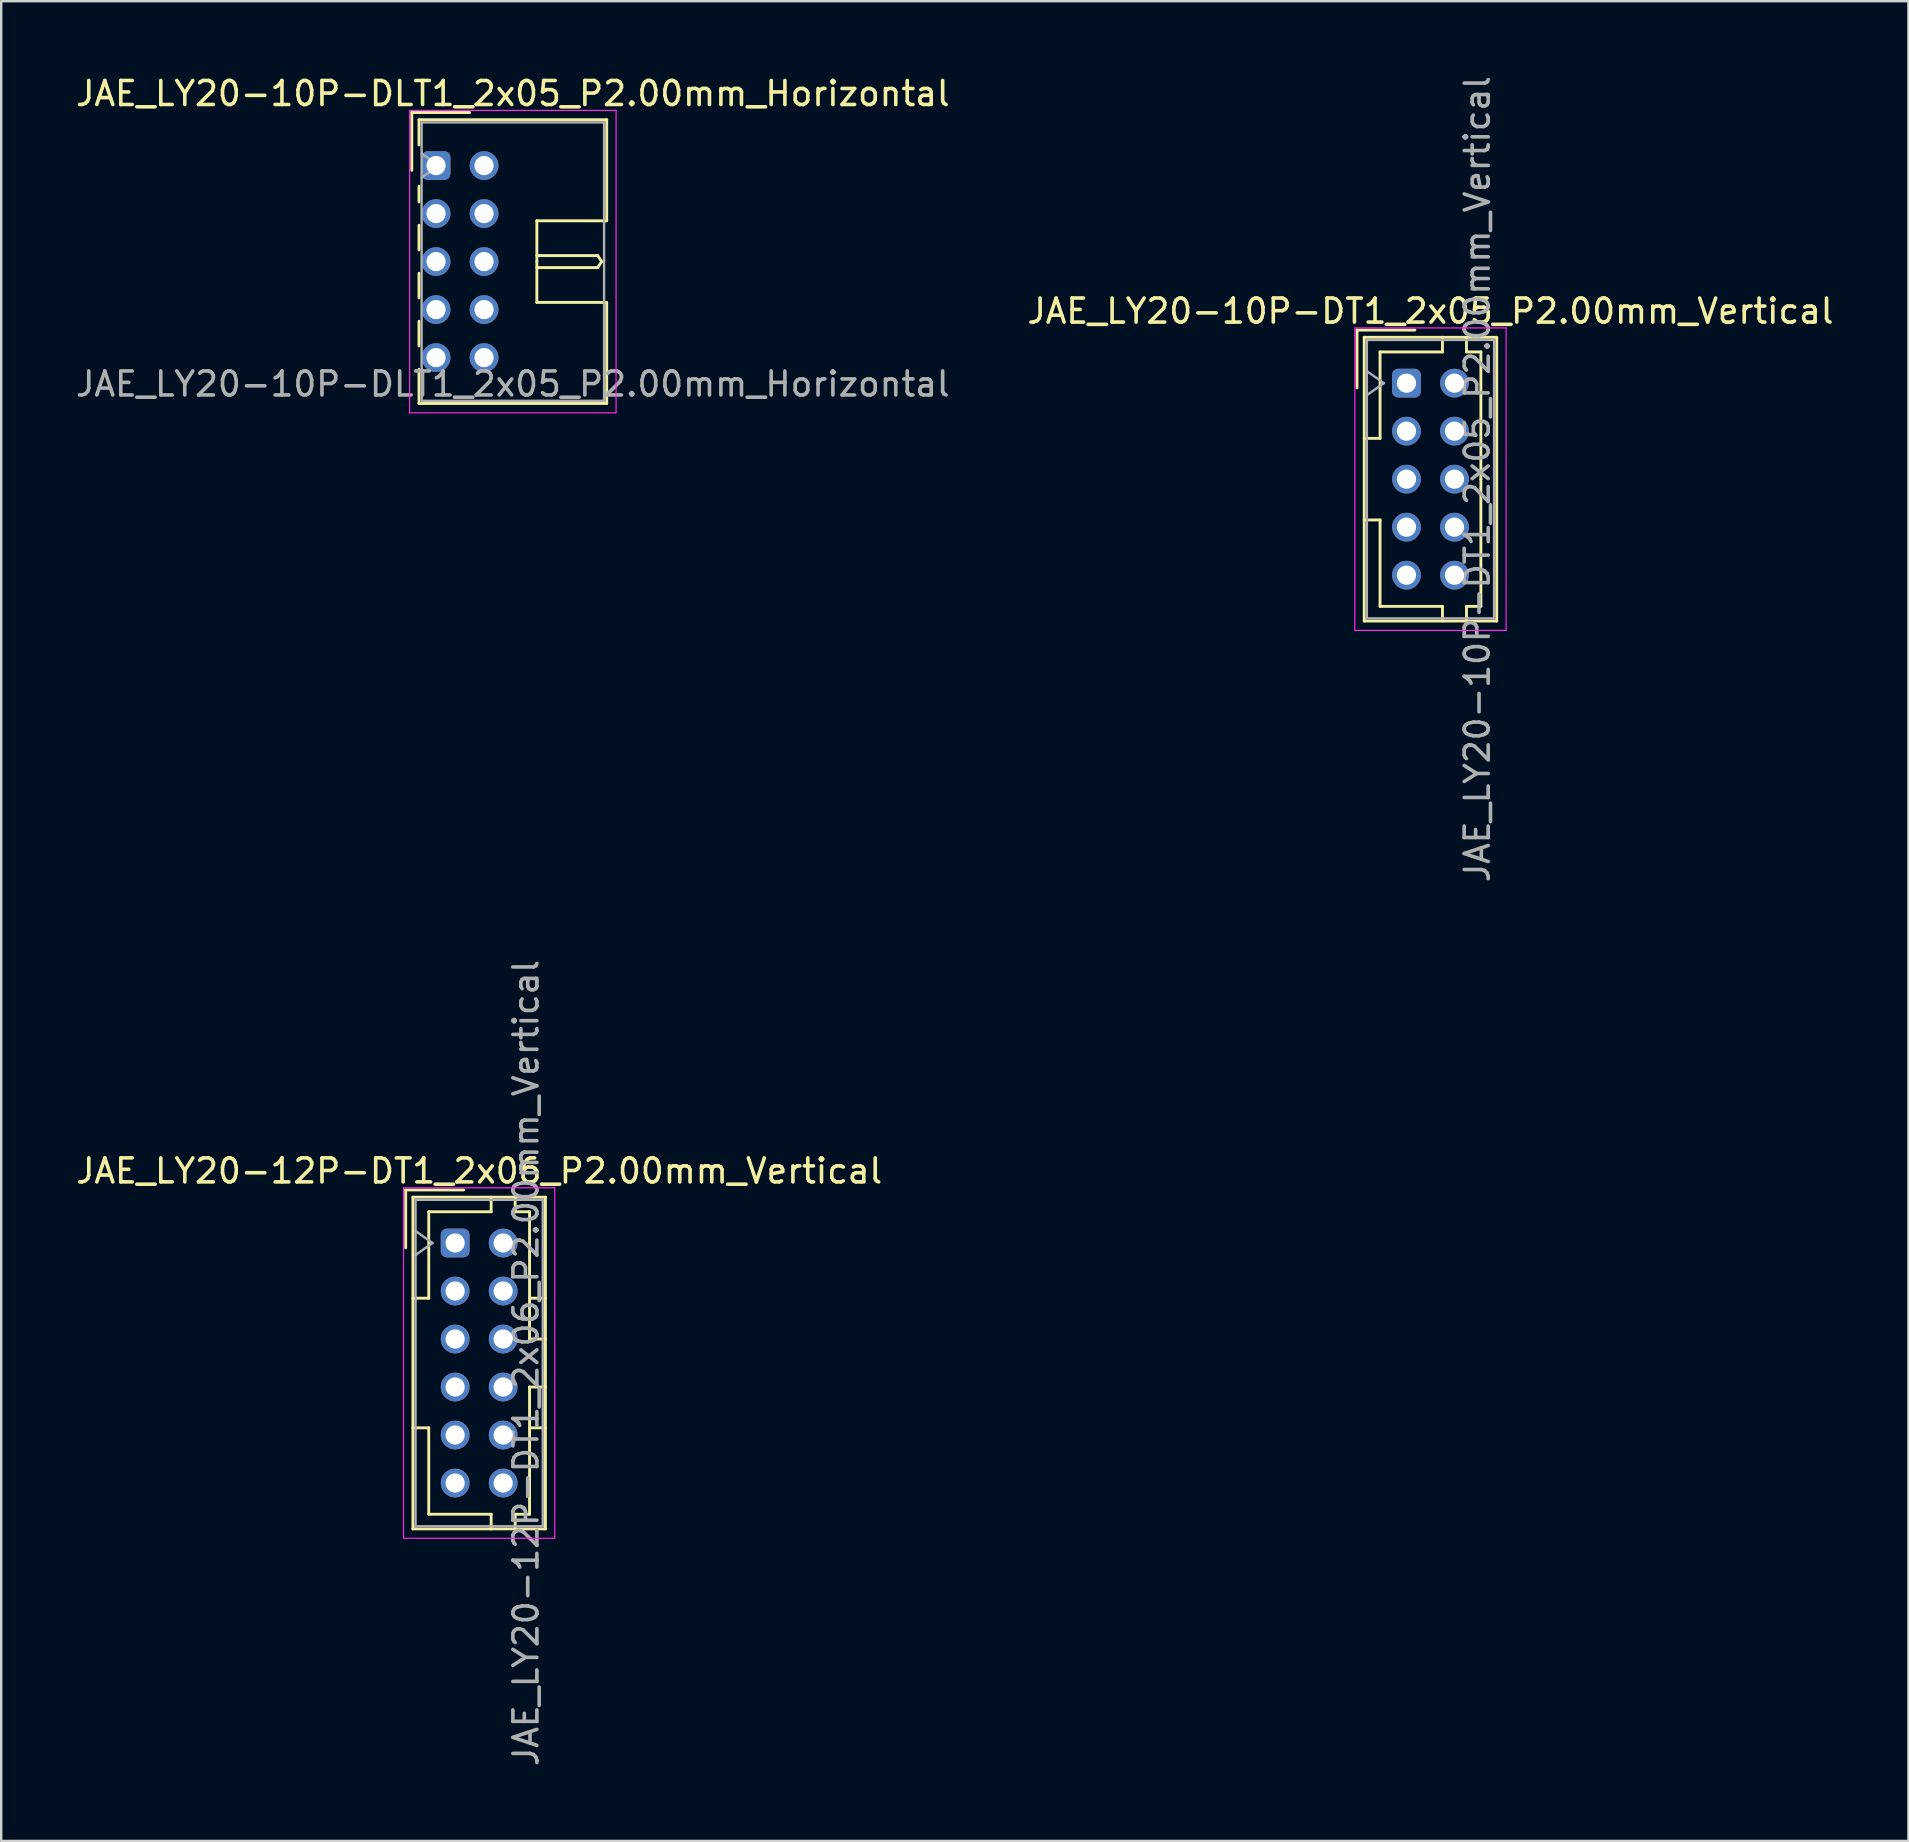
<source format=kicad_pcb>
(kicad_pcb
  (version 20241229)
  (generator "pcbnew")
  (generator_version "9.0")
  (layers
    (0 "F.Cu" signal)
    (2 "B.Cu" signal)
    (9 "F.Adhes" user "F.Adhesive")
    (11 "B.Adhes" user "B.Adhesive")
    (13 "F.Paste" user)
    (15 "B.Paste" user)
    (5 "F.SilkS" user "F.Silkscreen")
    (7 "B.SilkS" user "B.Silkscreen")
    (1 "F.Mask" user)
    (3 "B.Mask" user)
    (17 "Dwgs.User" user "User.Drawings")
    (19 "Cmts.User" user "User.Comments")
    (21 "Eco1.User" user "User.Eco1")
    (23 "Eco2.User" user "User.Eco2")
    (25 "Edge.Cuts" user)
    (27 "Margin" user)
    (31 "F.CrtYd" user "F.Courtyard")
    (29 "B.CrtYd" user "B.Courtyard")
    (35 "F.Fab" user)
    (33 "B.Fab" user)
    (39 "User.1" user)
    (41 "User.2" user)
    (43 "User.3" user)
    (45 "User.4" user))
  (footprint "JAE_LY20-10P-DLT1_2x05_P2.00mm_Horizontal"
    (layer "F.Cu")
    (at 15.115 3.848)
    (property "Reference" "JAE_LY20-10P-DLT1_2x05_P2.00mm_Horizontal" (at 3.2 -3 0) (layer "F.SilkS") (effects (font (size 1 1) (thickness 0.15))))
    (attr through_hole)
    (fp_line (start -1.01 -2.21) (end -1.01 0.2) (stroke (width 0.12) (type solid)) (layer "F.SilkS"))
    (fp_line (start -0.71 -1.91) (end -0.71 -0.86) (stroke (width 0.12) (type solid)) (layer "F.SilkS"))
    (fp_line (start -0.71 -1.91) (end 7.11 -1.91) (stroke (width 0.12) (type solid)) (layer "F.SilkS"))
    (fp_line (start -0.71 0.86) (end -0.71 1.515) (stroke (width 0.12) (type solid)) (layer "F.SilkS"))
    (fp_line (start -0.71 2.485) (end -0.71 3.515) (stroke (width 0.12) (type solid)) (layer "F.SilkS"))
    (fp_line (start -0.71 4.485) (end -0.71 5.515) (stroke (width 0.12) (type solid)) (layer "F.SilkS"))
    (fp_line (start -0.71 6.485) (end -0.71 7.515) (stroke (width 0.12) (type solid)) (layer "F.SilkS"))
    (fp_line (start -0.71 8.485) (end -0.71 9.91) (stroke (width 0.12) (type solid)) (layer "F.SilkS"))
    (fp_line (start -0.71 9.91) (end 7.11 9.91) (stroke (width 0.12) (type solid)) (layer "F.SilkS"))
    (fp_line (start 1.4 -2.21) (end -1.01 -2.21) (stroke (width 0.12) (type solid)) (layer "F.SilkS"))
    (fp_line (start 4.2 2.3) (end 4.2 4) (stroke (width 0.12) (type solid)) (layer "F.SilkS"))
    (fp_line (start 4.2 3.75) (end 6.733 3.75) (stroke (width 0.12) (type solid)) (layer "F.SilkS"))
    (fp_line (start 4.2 5.7) (end 4.2 4) (stroke (width 0.12) (type solid)) (layer "F.SilkS"))
    (fp_line (start 6.733 3.75) (end 6.9 4) (stroke (width 0.12) (type solid)) (layer "F.SilkS"))
    (fp_line (start 6.733 4.25) (end 4.2 4.25) (stroke (width 0.12) (type solid)) (layer "F.SilkS"))
    (fp_line (start 6.9 4) (end 6.733 4.25) (stroke (width 0.12) (type solid)) (layer "F.SilkS"))
    (fp_line (start 7.11 -1.91) (end 7.11 2.3) (stroke (width 0.12) (type solid)) (layer "F.SilkS"))
    (fp_line (start 7.11 2.3) (end 4.2 2.3) (stroke (width 0.12) (type solid)) (layer "F.SilkS"))
    (fp_line (start 7.11 5.7) (end 4.2 5.7) (stroke (width 0.12) (type solid)) (layer "F.SilkS"))
    (fp_line (start 7.11 9.91) (end 7.11 5.7) (stroke (width 0.12) (type solid)) (layer "F.SilkS"))
    (fp_line (start -1.1 -2.3) (end -1.1 10.3) (stroke (width 0.05) (type solid)) (layer "F.CrtYd"))
    (fp_line (start -1.1 10.3) (end 7.5 10.3) (stroke (width 0.05) (type solid)) (layer "F.CrtYd"))
    (fp_line (start 7.5 -2.3) (end -1.1 -2.3) (stroke (width 0.05) (type solid)) (layer "F.CrtYd"))
    (fp_line (start 7.5 10.3) (end 7.5 -2.3) (stroke (width 0.05) (type solid)) (layer "F.CrtYd"))
    (fp_line (start -0.6 -1.8) (end -0.6 9.8) (stroke (width 0.1) (type solid)) (layer "F.Fab"))
    (fp_line (start -0.6 0.5) (end 0.107 0) (stroke (width 0.1) (type solid)) (layer "F.Fab"))
    (fp_line (start -0.6 9.8) (end 7 9.8) (stroke (width 0.1) (type solid)) (layer "F.Fab"))
    (fp_line (start 0.107 0) (end -0.6 -0.5) (stroke (width 0.1) (type solid)) (layer "F.Fab"))
    (fp_line (start 7 -1.8) (end -0.6 -1.8) (stroke (width 0.1) (type solid)) (layer "F.Fab"))
    (fp_line (start 7 9.8) (end 7 -1.8) (stroke (width 0.1) (type solid)) (layer "F.Fab"))
    (fp_text user "${REFERENCE}" (at 3.2 9.1 0) (layer "F.Fab") (effects (font (size 1 1) (thickness 0.15))))
    (pad "a1" thru_hole roundrect (at 0 0) (size 1.2 1.2) (drill 0.8) (layers "*.Cu" "*.Mask") (roundrect_rratio 0.208))
    (pad "a2" thru_hole circle (at 0 2) (size 1.2 1.2) (drill 0.8) (layers "*.Cu" "*.Mask"))
    (pad "a3" thru_hole circle (at 0 4) (size 1.2 1.2) (drill 0.8) (layers "*.Cu" "*.Mask"))
    (pad "a4" thru_hole circle (at 0 6) (size 1.2 1.2) (drill 0.8) (layers "*.Cu" "*.Mask"))
    (pad "a5" thru_hole circle (at 0 8) (size 1.2 1.2) (drill 0.8) (layers "*.Cu" "*.Mask"))
    (pad "b1" thru_hole circle (at 2 0) (size 1.2 1.2) (drill 0.8) (layers "*.Cu" "*.Mask"))
    (pad "b2" thru_hole circle (at 2 2) (size 1.2 1.2) (drill 0.8) (layers "*.Cu" "*.Mask"))
    (pad "b3" thru_hole circle (at 2 4) (size 1.2 1.2) (drill 0.8) (layers "*.Cu" "*.Mask"))
    (pad "b4" thru_hole circle (at 2 6) (size 1.2 1.2) (drill 0.8) (layers "*.Cu" "*.Mask"))
    (pad "b5" thru_hole circle (at 2 8) (size 1.2 1.2) (drill 0.8) (layers "*.Cu" "*.Mask")))
  (footprint "JAE_LY20-10P-DT1_2x05_P2.00mm_Vertical"
    (layer "F.Cu")
    (at 55.542 12.911)
    (property "Reference" "JAE_LY20-10P-DT1_2x05_P2.00mm_Vertical" (at 1 -3 0) (layer "F.SilkS") (effects (font (size 1 1) (thickness 0.15))))
    (attr through_hole)
    (fp_line (start -2.06 -2.21) (end -2.06 0.2) (stroke (width 0.12) (type solid)) (layer "F.SilkS"))
    (fp_line (start -1.76 -1.91) (end -1.76 9.91) (stroke (width 0.12) (type solid)) (layer "F.SilkS"))
    (fp_line (start -1.76 9.91) (end 3.76 9.91) (stroke (width 0.12) (type solid)) (layer "F.SilkS"))
    (fp_line (start -1.1 -1.3) (end -1.1 2.3) (stroke (width 0.12) (type solid)) (layer "F.SilkS"))
    (fp_line (start -1.1 2.3) (end -1.76 2.3) (stroke (width 0.12) (type solid)) (layer "F.SilkS"))
    (fp_line (start -1.1 5.7) (end -1.76 5.7) (stroke (width 0.12) (type solid)) (layer "F.SilkS"))
    (fp_line (start -1.1 9.3) (end -1.1 5.7) (stroke (width 0.12) (type solid)) (layer "F.SilkS"))
    (fp_line (start 0.35 -2.21) (end -2.06 -2.21) (stroke (width 0.12) (type solid)) (layer "F.SilkS"))
    (fp_line (start 1.5 -1.91) (end 1.5 -1.3) (stroke (width 0.12) (type solid)) (layer "F.SilkS"))
    (fp_line (start 1.5 -1.3) (end -1.1 -1.3) (stroke (width 0.12) (type solid)) (layer "F.SilkS"))
    (fp_line (start 1.5 9.3) (end -1.1 9.3) (stroke (width 0.12) (type solid)) (layer "F.SilkS"))
    (fp_line (start 1.5 9.91) (end 1.5 9.3) (stroke (width 0.12) (type solid)) (layer "F.SilkS"))
    (fp_line (start 2.5 -1.91) (end 2.5 -1.3) (stroke (width 0.12) (type solid)) (layer "F.SilkS"))
    (fp_line (start 2.5 -1.3) (end 3.1 -1.3) (stroke (width 0.12) (type solid)) (layer "F.SilkS"))
    (fp_line (start 2.5 9.3) (end 3.1 9.3) (stroke (width 0.12) (type solid)) (layer "F.SilkS"))
    (fp_line (start 2.5 9.91) (end 2.5 9.3) (stroke (width 0.12) (type solid)) (layer "F.SilkS"))
    (fp_line (start 3.1 -1.3) (end 3.1 4) (stroke (width 0.12) (type solid)) (layer "F.SilkS"))
    (fp_line (start 3.1 9.3) (end 3.1 4) (stroke (width 0.12) (type solid)) (layer "F.SilkS"))
    (fp_line (start 3.76 -1.91) (end -1.76 -1.91) (stroke (width 0.12) (type solid)) (layer "F.SilkS"))
    (fp_line (start 3.76 9.91) (end 3.76 -1.91) (stroke (width 0.12) (type solid)) (layer "F.SilkS"))
    (fp_line (start -2.15 -2.3) (end -2.15 10.3) (stroke (width 0.05) (type solid)) (layer "F.CrtYd"))
    (fp_line (start -2.15 10.3) (end 4.15 10.3) (stroke (width 0.05) (type solid)) (layer "F.CrtYd"))
    (fp_line (start 4.15 -2.3) (end -2.15 -2.3) (stroke (width 0.05) (type solid)) (layer "F.CrtYd"))
    (fp_line (start 4.15 10.3) (end 4.15 -2.3) (stroke (width 0.05) (type solid)) (layer "F.CrtYd"))
    (fp_line (start -1.65 -1.8) (end -1.65 9.8) (stroke (width 0.1) (type solid)) (layer "F.Fab"))
    (fp_line (start -1.65 0.5) (end -0.943 0) (stroke (width 0.1) (type solid)) (layer "F.Fab"))
    (fp_line (start -1.65 9.8) (end 3.65 9.8) (stroke (width 0.1) (type solid)) (layer "F.Fab"))
    (fp_line (start -0.943 0) (end -1.65 -0.5) (stroke (width 0.1) (type solid)) (layer "F.Fab"))
    (fp_line (start 3.65 -1.8) (end -1.65 -1.8) (stroke (width 0.1) (type solid)) (layer "F.Fab"))
    (fp_line (start 3.65 9.8) (end 3.65 -1.8) (stroke (width 0.1) (type solid)) (layer "F.Fab"))
    (fp_text user "${REFERENCE}" (at 2.95 4 90) (layer "F.Fab") (effects (font (size 1 1) (thickness 0.15))))
    (pad "a1" thru_hole roundrect (at 0 0) (size 1.2 1.2) (drill 0.8) (layers "*.Cu" "*.Mask") (roundrect_rratio 0.208))
    (pad "a2" thru_hole circle (at 0 2) (size 1.2 1.2) (drill 0.8) (layers "*.Cu" "*.Mask"))
    (pad "a3" thru_hole circle (at 0 4) (size 1.2 1.2) (drill 0.8) (layers "*.Cu" "*.Mask"))
    (pad "a4" thru_hole circle (at 0 6) (size 1.2 1.2) (drill 0.8) (layers "*.Cu" "*.Mask"))
    (pad "a5" thru_hole circle (at 0 8) (size 1.2 1.2) (drill 0.8) (layers "*.Cu" "*.Mask"))
    (pad "b1" thru_hole circle (at 2 0) (size 1.2 1.2) (drill 0.8) (layers "*.Cu" "*.Mask"))
    (pad "b2" thru_hole circle (at 2 2) (size 1.2 1.2) (drill 0.8) (layers "*.Cu" "*.Mask"))
    (pad "b3" thru_hole circle (at 2 4) (size 1.2 1.2) (drill 0.8) (layers "*.Cu" "*.Mask"))
    (pad "b4" thru_hole circle (at 2 6) (size 1.2 1.2) (drill 0.8) (layers "*.Cu" "*.Mask"))
    (pad "b5" thru_hole circle (at 2 8) (size 1.2 1.2) (drill 0.8) (layers "*.Cu" "*.Mask")))
  (footprint "JAE_LY20-12P-DT1_2x06_P2.00mm_Vertical"
    (layer "F.Cu")
    (at 15.911 48.732)
    (property "Reference" "JAE_LY20-12P-DT1_2x06_P2.00mm_Vertical" (at 1 -3 0) (layer "F.SilkS") (effects (font (size 1 1) (thickness 0.15))))
    (attr through_hole)
    (fp_line (start -2.06 -2.21) (end -2.06 0.2) (stroke (width 0.12) (type solid)) (layer "F.SilkS"))
    (fp_line (start -1.76 -1.91) (end -1.76 11.91) (stroke (width 0.12) (type solid)) (layer "F.SilkS"))
    (fp_line (start -1.76 11.91) (end 3.76 11.91) (stroke (width 0.12) (type solid)) (layer "F.SilkS"))
    (fp_line (start -1.1 -1.3) (end -1.1 2.3) (stroke (width 0.12) (type solid)) (layer "F.SilkS"))
    (fp_line (start -1.1 2.3) (end -1.76 2.3) (stroke (width 0.12) (type solid)) (layer "F.SilkS"))
    (fp_line (start -1.1 7.7) (end -1.76 7.7) (stroke (width 0.12) (type solid)) (layer "F.SilkS"))
    (fp_line (start -1.1 11.3) (end -1.1 7.7) (stroke (width 0.12) (type solid)) (layer "F.SilkS"))
    (fp_line (start 0.35 -2.21) (end -2.06 -2.21) (stroke (width 0.12) (type solid)) (layer "F.SilkS"))
    (fp_line (start 1.5 -1.91) (end 1.5 -1.3) (stroke (width 0.12) (type solid)) (layer "F.SilkS"))
    (fp_line (start 1.5 -1.3) (end -1.1 -1.3) (stroke (width 0.12) (type solid)) (layer "F.SilkS"))
    (fp_line (start 1.5 11.3) (end -1.1 11.3) (stroke (width 0.12) (type solid)) (layer "F.SilkS"))
    (fp_line (start 1.5 11.91) (end 1.5 11.3) (stroke (width 0.12) (type solid)) (layer "F.SilkS"))
    (fp_line (start 2.5 -1.91) (end 2.5 -1.3) (stroke (width 0.12) (type solid)) (layer "F.SilkS"))
    (fp_line (start 2.5 -1.3) (end 3.1 -1.3) (stroke (width 0.12) (type solid)) (layer "F.SilkS"))
    (fp_line (start 2.5 11.3) (end 3.1 11.3) (stroke (width 0.12) (type solid)) (layer "F.SilkS"))
    (fp_line (start 2.5 11.91) (end 2.5 11.3) (stroke (width 0.12) (type solid)) (layer "F.SilkS"))
    (fp_line (start 3.1 -1.3) (end 3.1 4) (stroke (width 0.12) (type solid)) (layer "F.SilkS"))
    (fp_line (start 3.1 4) (end 3.76 4) (stroke (width 0.12) (type solid)) (layer "F.SilkS"))
    (fp_line (start 3.1 6) (end 3.76 6) (stroke (width 0.12) (type solid)) (layer "F.SilkS"))
    (fp_line (start 3.1 11.3) (end 3.1 6) (stroke (width 0.12) (type solid)) (layer "F.SilkS"))
    (fp_line (start 3.76 -1.91) (end -1.76 -1.91) (stroke (width 0.12) (type solid)) (layer "F.SilkS"))
    (fp_line (start 3.76 2.3) (end 3.1 2.3) (stroke (width 0.12) (type solid)) (layer "F.SilkS"))
    (fp_line (start 3.76 7.7) (end 3.1 7.7) (stroke (width 0.12) (type solid)) (layer "F.SilkS"))
    (fp_line (start 3.76 11.91) (end 3.76 -1.91) (stroke (width 0.12) (type solid)) (layer "F.SilkS"))
    (fp_line (start -2.15 -2.3) (end -2.15 12.3) (stroke (width 0.05) (type solid)) (layer "F.CrtYd"))
    (fp_line (start -2.15 12.3) (end 4.15 12.3) (stroke (width 0.05) (type solid)) (layer "F.CrtYd"))
    (fp_line (start 4.15 -2.3) (end -2.15 -2.3) (stroke (width 0.05) (type solid)) (layer "F.CrtYd"))
    (fp_line (start 4.15 12.3) (end 4.15 -2.3) (stroke (width 0.05) (type solid)) (layer "F.CrtYd"))
    (fp_line (start -1.65 -1.8) (end -1.65 11.8) (stroke (width 0.1) (type solid)) (layer "F.Fab"))
    (fp_line (start -1.65 0.5) (end -0.943 0) (stroke (width 0.1) (type solid)) (layer "F.Fab"))
    (fp_line (start -1.65 11.8) (end 3.65 11.8) (stroke (width 0.1) (type solid)) (layer "F.Fab"))
    (fp_line (start -0.943 0) (end -1.65 -0.5) (stroke (width 0.1) (type solid)) (layer "F.Fab"))
    (fp_line (start 3.65 -1.8) (end -1.65 -1.8) (stroke (width 0.1) (type solid)) (layer "F.Fab"))
    (fp_line (start 3.65 11.8) (end 3.65 -1.8) (stroke (width 0.1) (type solid)) (layer "F.Fab"))
    (fp_text user "${REFERENCE}" (at 2.95 5 90) (layer "F.Fab") (effects (font (size 1 1) (thickness 0.15))))
    (pad "a1" thru_hole roundrect (at 0 0) (size 1.2 1.2) (drill 0.8) (layers "*.Cu" "*.Mask") (roundrect_rratio 0.208))
    (pad "a2" thru_hole circle (at 0 2) (size 1.2 1.2) (drill 0.8) (layers "*.Cu" "*.Mask"))
    (pad "a3" thru_hole circle (at 0 4) (size 1.2 1.2) (drill 0.8) (layers "*.Cu" "*.Mask"))
    (pad "a4" thru_hole circle (at 0 6) (size 1.2 1.2) (drill 0.8) (layers "*.Cu" "*.Mask"))
    (pad "a5" thru_hole circle (at 0 8) (size 1.2 1.2) (drill 0.8) (layers "*.Cu" "*.Mask"))
    (pad "a6" thru_hole circle (at 0 10) (size 1.2 1.2) (drill 0.8) (layers "*.Cu" "*.Mask"))
    (pad "b1" thru_hole circle (at 2 0) (size 1.2 1.2) (drill 0.8) (layers "*.Cu" "*.Mask"))
    (pad "b2" thru_hole circle (at 2 2) (size 1.2 1.2) (drill 0.8) (layers "*.Cu" "*.Mask"))
    (pad "b3" thru_hole circle (at 2 4) (size 1.2 1.2) (drill 0.8) (layers "*.Cu" "*.Mask"))
    (pad "b4" thru_hole circle (at 2 6) (size 1.2 1.2) (drill 0.8) (layers "*.Cu" "*.Mask"))
    (pad "b5" thru_hole circle (at 2 8) (size 1.2 1.2) (drill 0.8) (layers "*.Cu" "*.Mask"))
    (pad "b6" thru_hole circle (at 2 10) (size 1.2 1.2) (drill 0.8) (layers "*.Cu" "*.Mask")))
  (gr_rect
    (start -3 -3)
    (end 76.452 73.643)
    (stroke (width 0.1) (type default))
    (fill no)
    (layer "Edge.Cuts")))
</source>
